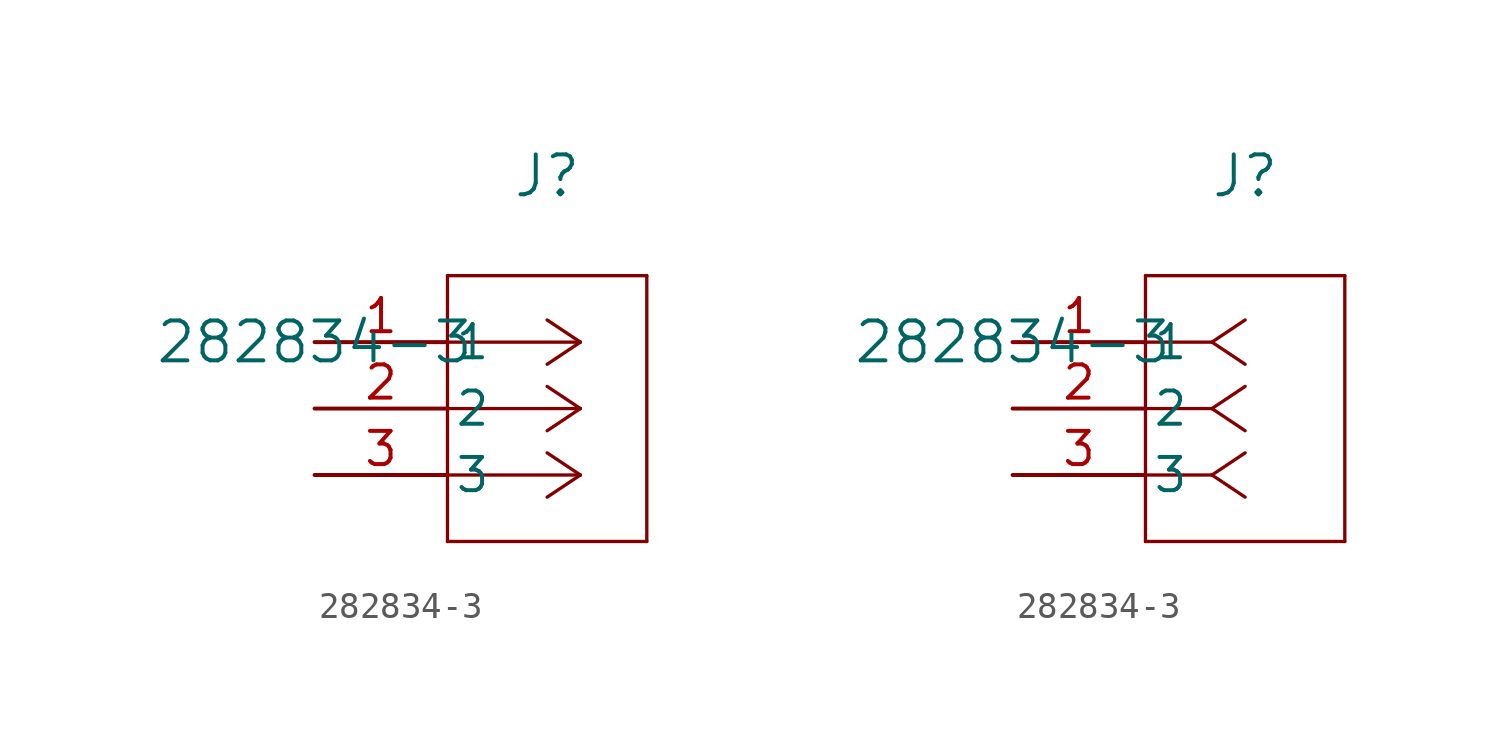
<source format=kicad_sym>
(kicad_symbol_lib
  (version 20211014)
  (generator kicad_symbol_editor)
  (symbol "282834-3"
    (pin_names
      (offset 0.254))
    (property "Reference" "J"
      (at 8.89 6.35 0)
      (effects (font (size 1.524 1.524))))
    (property "Value" "282834-3"
      (at 0 0 0)
      (effects (font (size 1.524 1.524))))
    (symbol "282834-3_1_1"
      (polyline (pts (xy 10.16 0) (xy 5.08 0)) (stroke (width 0.127) (type default) (color 0 0 0 0)) (fill (type none)))
      (polyline (pts (xy 10.16 -2.54) (xy 5.08 -2.54)) (stroke (width 0.127) (type default) (color 0 0 0 0)) (fill (type none)))
      (polyline (pts (xy 10.16 -5.08) (xy 5.08 -5.08)) (stroke (width 0.127) (type default) (color 0 0 0 0)) (fill (type none)))
      (polyline (pts (xy 10.16 0) (xy 8.89 0.847)) (stroke (width 0.127) (type default) (color 0 0 0 0)) (fill (type none)))
      (polyline (pts (xy 10.16 -2.54) (xy 8.89 -1.693)) (stroke (width 0.127) (type default) (color 0 0 0 0)) (fill (type none)))
      (polyline (pts (xy 10.16 -5.08) (xy 8.89 -4.233)) (stroke (width 0.127) (type default) (color 0 0 0 0)) (fill (type none)))
      (polyline (pts (xy 10.16 0) (xy 8.89 -0.847)) (stroke (width 0.127) (type default) (color 0 0 0 0)) (fill (type none)))
      (polyline (pts (xy 10.16 -2.54) (xy 8.89 -3.387)) (stroke (width 0.127) (type default) (color 0 0 0 0)) (fill (type none)))
      (polyline (pts (xy 10.16 -5.08) (xy 8.89 -5.927)) (stroke (width 0.127) (type default) (color 0 0 0 0)) (fill (type none)))
      (polyline (pts (xy 5.08 2.54) (xy 5.08 -7.62)) (stroke (width 0.127) (type default) (color 0 0 0 0)) (fill (type none)))
      (polyline (pts (xy 5.08 -7.62) (xy 12.7 -7.62)) (stroke (width 0.127) (type default) (color 0 0 0 0)) (fill (type none)))
      (polyline (pts (xy 12.7 -7.62) (xy 12.7 2.54)) (stroke (width 0.127) (type default) (color 0 0 0 0)) (fill (type none)))
      (polyline (pts (xy 12.7 2.54) (xy 5.08 2.54)) (stroke (width 0.127) (type default) (color 0 0 0 0)) (fill (type none)))
      (pin unspecified line (at 0 0 0) (length 5.08) (name "1" (effects (font (size 1.27 1.27)))) (number "1" (effects (font (size 1.27 1.27)))))
      (pin unspecified line (at 0 -2.54 0) (length 5.08) (name "2" (effects (font (size 1.27 1.27)))) (number "2" (effects (font (size 1.27 1.27)))))
      (pin unspecified line (at 0 -5.08 0) (length 5.08) (name "3" (effects (font (size 1.27 1.27)))) (number "3" (effects (font (size 1.27 1.27))))))
    (symbol "282834-3_1_2"
      (polyline (pts (xy 7.62 0) (xy 5.08 0)) (stroke (width 0.127) (type default) (color 0 0 0 0)) (fill (type none)))
      (polyline (pts (xy 7.62 -2.54) (xy 5.08 -2.54)) (stroke (width 0.127) (type default) (color 0 0 0 0)) (fill (type none)))
      (polyline (pts (xy 7.62 -5.08) (xy 5.08 -5.08)) (stroke (width 0.127) (type default) (color 0 0 0 0)) (fill (type none)))
      (polyline (pts (xy 7.62 0) (xy 8.89 0.847)) (stroke (width 0.127) (type default) (color 0 0 0 0)) (fill (type none)))
      (polyline (pts (xy 7.62 -2.54) (xy 8.89 -1.693)) (stroke (width 0.127) (type default) (color 0 0 0 0)) (fill (type none)))
      (polyline (pts (xy 7.62 -5.08) (xy 8.89 -4.233)) (stroke (width 0.127) (type default) (color 0 0 0 0)) (fill (type none)))
      (polyline (pts (xy 7.62 0) (xy 8.89 -0.847)) (stroke (width 0.127) (type default) (color 0 0 0 0)) (fill (type none)))
      (polyline (pts (xy 7.62 -2.54) (xy 8.89 -3.387)) (stroke (width 0.127) (type default) (color 0 0 0 0)) (fill (type none)))
      (polyline (pts (xy 7.62 -5.08) (xy 8.89 -5.927)) (stroke (width 0.127) (type default) (color 0 0 0 0)) (fill (type none)))
      (polyline (pts (xy 5.08 2.54) (xy 5.08 -7.62)) (stroke (width 0.127) (type default) (color 0 0 0 0)) (fill (type none)))
      (polyline (pts (xy 5.08 -7.62) (xy 12.7 -7.62)) (stroke (width 0.127) (type default) (color 0 0 0 0)) (fill (type none)))
      (polyline (pts (xy 12.7 -7.62) (xy 12.7 2.54)) (stroke (width 0.127) (type default) (color 0 0 0 0)) (fill (type none)))
      (polyline (pts (xy 12.7 2.54) (xy 5.08 2.54)) (stroke (width 0.127) (type default) (color 0 0 0 0)) (fill (type none)))
      (pin unspecified line (at 0 0 0) (length 5.08) (name "1" (effects (font (size 1.27 1.27)))) (number "1" (effects (font (size 1.27 1.27)))))
      (pin unspecified line (at 0 -2.54 0) (length 5.08) (name "2" (effects (font (size 1.27 1.27)))) (number "2" (effects (font (size 1.27 1.27)))))
      (pin unspecified line (at 0 -5.08 0) (length 5.08) (name "3" (effects (font (size 1.27 1.27)))) (number "3" (effects (font (size 1.27 1.27))))))))
</source>
